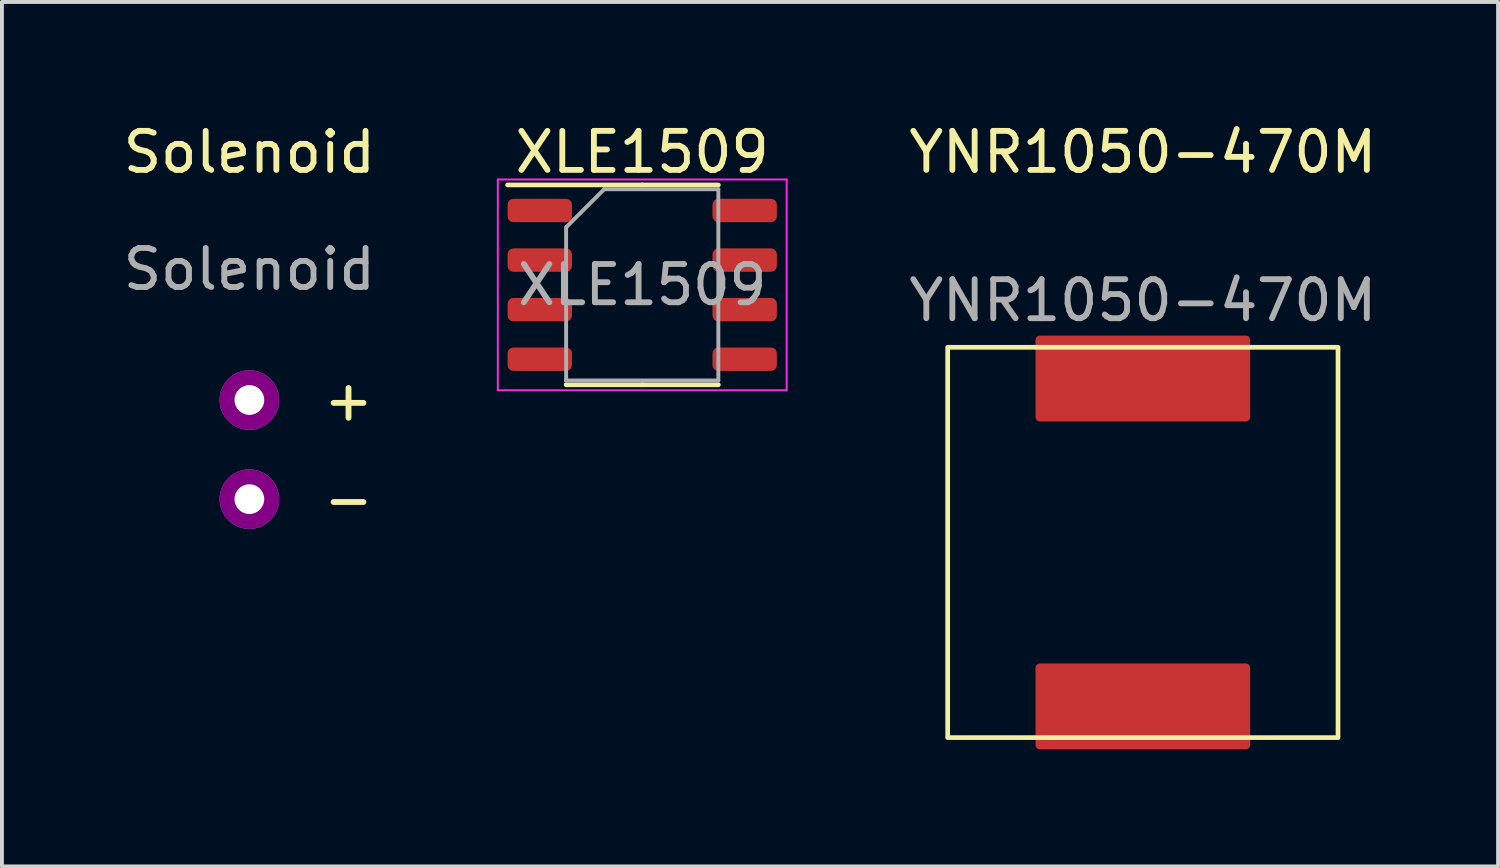
<source format=kicad_pcb>
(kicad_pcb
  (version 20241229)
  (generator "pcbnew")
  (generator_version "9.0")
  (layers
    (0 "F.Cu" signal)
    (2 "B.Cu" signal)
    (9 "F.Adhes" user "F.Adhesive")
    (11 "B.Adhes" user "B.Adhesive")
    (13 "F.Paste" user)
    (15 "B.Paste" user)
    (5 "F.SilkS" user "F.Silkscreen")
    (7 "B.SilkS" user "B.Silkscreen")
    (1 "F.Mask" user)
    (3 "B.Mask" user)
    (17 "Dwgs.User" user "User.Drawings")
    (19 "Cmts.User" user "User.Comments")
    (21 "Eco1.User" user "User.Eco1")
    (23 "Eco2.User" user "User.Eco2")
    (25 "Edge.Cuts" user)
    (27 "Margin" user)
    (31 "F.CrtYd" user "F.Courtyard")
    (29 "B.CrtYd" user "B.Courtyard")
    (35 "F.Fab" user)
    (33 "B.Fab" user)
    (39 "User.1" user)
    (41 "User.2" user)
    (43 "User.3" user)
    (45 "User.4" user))
  (footprint "XLE1509"
    (layer "F.Cu")
    (at 13.404 4.248)
    (property "Reference" "XLE1509" (at 0 -3.4 0) (layer "F.SilkS") (effects (font (size 1 1) (thickness 0.15))))
    (attr smd)
    (fp_line (start 0 -2.56) (end -3.45 -2.56) (stroke (width 0.12) (type solid)) (layer "F.SilkS"))
    (fp_line (start 0 -2.56) (end 1.95 -2.56) (stroke (width 0.12) (type solid)) (layer "F.SilkS"))
    (fp_line (start 0 2.56) (end -1.95 2.56) (stroke (width 0.12) (type solid)) (layer "F.SilkS"))
    (fp_line (start 0 2.56) (end 1.95 2.56) (stroke (width 0.12) (type solid)) (layer "F.SilkS"))
    (fp_line (start -3.7 -2.7) (end -3.7 2.7) (stroke (width 0.05) (type solid)) (layer "F.CrtYd"))
    (fp_line (start -3.7 2.7) (end 3.7 2.7) (stroke (width 0.05) (type solid)) (layer "F.CrtYd"))
    (fp_line (start 3.7 -2.7) (end -3.7 -2.7) (stroke (width 0.05) (type solid)) (layer "F.CrtYd"))
    (fp_line (start 3.7 2.7) (end 3.7 -2.7) (stroke (width 0.05) (type solid)) (layer "F.CrtYd"))
    (fp_line (start -1.95 -1.475) (end -0.975 -2.45) (stroke (width 0.1) (type solid)) (layer "F.Fab"))
    (fp_line (start -1.95 2.45) (end -1.95 -1.475) (stroke (width 0.1) (type solid)) (layer "F.Fab"))
    (fp_line (start -0.975 -2.45) (end 1.95 -2.45) (stroke (width 0.1) (type solid)) (layer "F.Fab"))
    (fp_line (start 1.95 -2.45) (end 1.95 2.45) (stroke (width 0.1) (type solid)) (layer "F.Fab"))
    (fp_line (start 1.95 2.45) (end -1.95 2.45) (stroke (width 0.1) (type solid)) (layer "F.Fab"))
    (fp_text user "${REFERENCE}" (at 0 0 0) (layer "F.Fab") (effects (font (size 0.98 0.98) (thickness 0.15))))
    (pad "1" smd roundrect (at -2.625 -1.905) (size 1.65 0.6) (layers "F.Cu" "F.Mask" "F.Paste") (roundrect_rratio 0.25))
    (pad "2" smd roundrect (at -2.625 -0.635) (size 1.65 0.6) (layers "F.Cu" "F.Mask" "F.Paste") (roundrect_rratio 0.25))
    (pad "3" smd roundrect (at -2.625 0.635) (size 1.65 0.6) (layers "F.Cu" "F.Mask" "F.Paste") (roundrect_rratio 0.25))
    (pad "4" smd roundrect (at -2.625 1.905) (size 1.65 0.6) (layers "F.Cu" "F.Mask" "F.Paste") (roundrect_rratio 0.25))
    (pad "5" smd roundrect (at 2.625 -1.905) (size 1.65 0.6) (layers "F.Cu" "F.Mask" "F.Paste") (roundrect_rratio 0.25))
    (pad "5" smd roundrect (at 2.625 -0.635) (size 1.65 0.6) (layers "F.Cu" "F.Mask" "F.Paste") (roundrect_rratio 0.25))
    (pad "5" smd roundrect (at 2.625 0.635) (size 1.65 0.6) (layers "F.Cu" "F.Mask" "F.Paste") (roundrect_rratio 0.25))
    (pad "5" smd roundrect (at 2.625 1.905) (size 1.65 0.6) (layers "F.Cu" "F.Mask" "F.Paste") (roundrect_rratio 0.25)))
  (footprint "Solenoid"
    (layer "F.Cu")
    (at 3.339 8.468)
    (property "Reference" "Solenoid" (at 0 -7.62 0) (unlocked yes) (layer "F.SilkS") (effects (font (size 1 1) (thickness 0.15))))
    (fp_text user "+" (at 2.54 -1.27 0) (unlocked yes) (layer "F.SilkS") (effects (font (size 1 1) (thickness 0.15))))
    (fp_text user "-" (at 2.54 1.27 0) (unlocked yes) (layer "F.SilkS") (effects (font (size 1 1) (thickness 0.15))))
    (fp_text user "${REFERENCE}" (at 0 -4.62 0) (unlocked yes) (layer "F.Fab") (effects (font (size 1 1) (thickness 0.15))))
    (pad "1" thru_hole circle (at 0 -1.27) (size 1.524 1.524) (drill 0.762) (layers "*.Cu" "F.Adhes"))
    (pad "2" thru_hole circle (at 0 1.27) (size 1.524 1.524) (drill 0.762) (layers "*.Cu" "F.Adhes")))
  (footprint "YNR1050-470M"
    (layer "F.Cu")
    (at 26.23 10.848)
    (property "Reference" "YNR1050-470M" (at 0 -10 0) (unlocked yes) (layer "F.SilkS") (effects (font (size 1 1) (thickness 0.15))))
    (attr smd)
    (fp_rect (start -5 -5) (end 5 5) (stroke (width 0.12) (type solid)) (fill no) (layer "F.SilkS"))
    (fp_text user "${REFERENCE}" (at 0 -6.2 0) (unlocked yes) (layer "F.Fab") (effects (font (size 1 1) (thickness 0.15))))
    (pad "1" smd roundrect (at 0 -4.2) (size 5.5 2.2) (layers "F.Cu" "F.Mask" "F.Paste") (roundrect_rratio 0.05))
    (pad "2" smd roundrect (at 0 4.2) (size 5.5 2.2) (layers "F.Cu" "F.Mask" "F.Paste") (roundrect_rratio 0.05)))
  (gr_rect
    (start -3 -3)
    (end 35.331 19.148)
    (stroke (width 0.1) (type default))
    (fill no)
    (layer "Edge.Cuts")))
</source>
